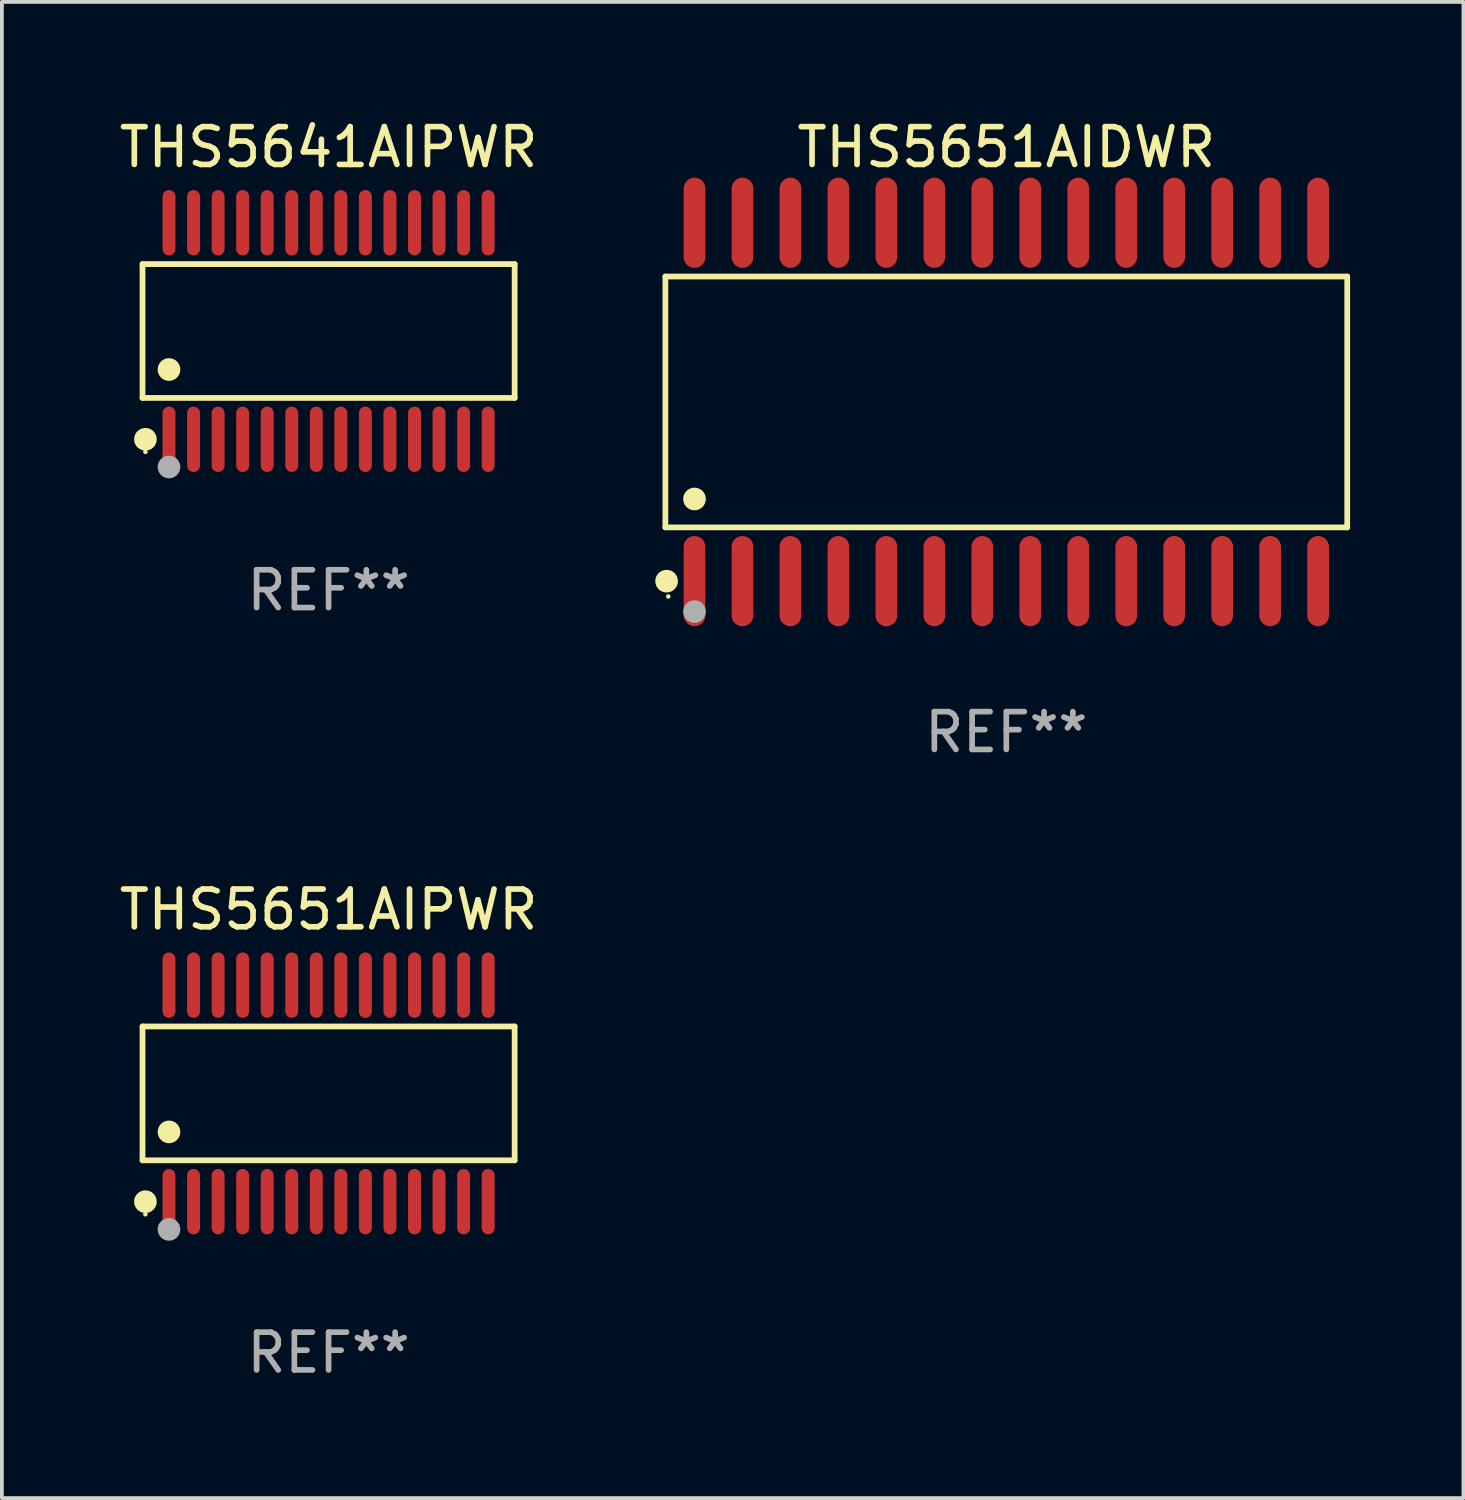
<source format=kicad_pcb>
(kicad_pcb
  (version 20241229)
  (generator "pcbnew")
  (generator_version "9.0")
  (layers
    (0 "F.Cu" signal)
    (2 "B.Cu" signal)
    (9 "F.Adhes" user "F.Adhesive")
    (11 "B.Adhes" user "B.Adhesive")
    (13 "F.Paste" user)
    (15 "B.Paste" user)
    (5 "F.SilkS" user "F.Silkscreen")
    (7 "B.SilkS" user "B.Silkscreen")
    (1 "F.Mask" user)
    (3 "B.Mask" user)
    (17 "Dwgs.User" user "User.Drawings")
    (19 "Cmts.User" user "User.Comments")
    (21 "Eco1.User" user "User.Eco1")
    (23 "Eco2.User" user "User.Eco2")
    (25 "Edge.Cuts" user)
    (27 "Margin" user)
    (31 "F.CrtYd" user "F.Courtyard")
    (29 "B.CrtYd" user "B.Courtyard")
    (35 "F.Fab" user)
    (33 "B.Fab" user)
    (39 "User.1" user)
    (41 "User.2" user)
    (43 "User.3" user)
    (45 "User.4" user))
  (footprint "THS5651AIPWR"
    (layer "F.Cu")
    (at 5.649 25.898)
    (property "Reference" "THS5651AIPWR" (at 0 -4.866 0) (layer "F.SilkS") (effects (font (size 1 1) (thickness 0.15))))
    (attr through_hole)
    (fp_line (start -4.926 -1.772) (end 4.926 -1.772) (stroke (width 0.152) (type solid)) (layer "F.SilkS"))
    (fp_line (start -4.926 1.771) (end -4.926 -1.772) (stroke (width 0.152) (type solid)) (layer "F.SilkS"))
    (fp_line (start 4.926 -1.772) (end 4.926 1.771) (stroke (width 0.152) (type solid)) (layer "F.SilkS"))
    (fp_line (start 4.926 1.771) (end -4.926 1.771) (stroke (width 0.152) (type solid)) (layer "F.SilkS"))
    (fp_circle (center -4.85 3.2) (end -4.82 3.2) (stroke (width 0.06) (type solid)) (fill no) (layer "F.SilkS"))
    (fp_circle (center -4.849 2.866) (end -4.699 2.866) (stroke (width 0.3) (type solid)) (fill no) (layer "F.SilkS"))
    (fp_circle (center -4.225 1.019) (end -4.075 1.019) (stroke (width 0.3) (type solid)) (fill no) (layer "F.SilkS"))
    (fp_circle (center -4.225 3.6) (end -4.075 3.6) (stroke (width 0.3) (type solid)) (fill no) (layer "F.Fab"))
    (fp_text user "REF**" (at 0 6.866 0) (layer "F.Fab") (effects (font (size 1 1) (thickness 0.15))))
    (pad "1" smd oval (at -4.225 2.866) (size 0.343 1.731) (layers "F.Cu" "F.Mask" "F.Paste"))
    (pad "2" smd oval (at -3.575 2.866) (size 0.343 1.731) (layers "F.Cu" "F.Mask" "F.Paste"))
    (pad "3" smd oval (at -2.925 2.866) (size 0.343 1.731) (layers "F.Cu" "F.Mask" "F.Paste"))
    (pad "4" smd oval (at -2.275 2.866) (size 0.343 1.731) (layers "F.Cu" "F.Mask" "F.Paste"))
    (pad "5" smd oval (at -1.625 2.866) (size 0.343 1.731) (layers "F.Cu" "F.Mask" "F.Paste"))
    (pad "6" smd oval (at -0.975 2.866) (size 0.343 1.731) (layers "F.Cu" "F.Mask" "F.Paste"))
    (pad "7" smd oval (at -0.325 2.866) (size 0.343 1.731) (layers "F.Cu" "F.Mask" "F.Paste"))
    (pad "8" smd oval (at 0.325 2.866) (size 0.343 1.731) (layers "F.Cu" "F.Mask" "F.Paste"))
    (pad "9" smd oval (at 0.975 2.866) (size 0.343 1.731) (layers "F.Cu" "F.Mask" "F.Paste"))
    (pad "10" smd oval (at 1.625 2.866) (size 0.343 1.731) (layers "F.Cu" "F.Mask" "F.Paste"))
    (pad "11" smd oval (at 2.275 2.866) (size 0.343 1.731) (layers "F.Cu" "F.Mask" "F.Paste"))
    (pad "12" smd oval (at 2.925 2.866) (size 0.343 1.731) (layers "F.Cu" "F.Mask" "F.Paste"))
    (pad "13" smd oval (at 3.575 2.866) (size 0.343 1.731) (layers "F.Cu" "F.Mask" "F.Paste"))
    (pad "14" smd oval (at 4.225 2.866) (size 0.343 1.731) (layers "F.Cu" "F.Mask" "F.Paste"))
    (pad "15" smd oval (at 4.225 -2.866) (size 0.343 1.731) (layers "F.Cu" "F.Mask" "F.Paste"))
    (pad "16" smd oval (at 3.575 -2.866) (size 0.343 1.731) (layers "F.Cu" "F.Mask" "F.Paste"))
    (pad "17" smd oval (at 2.925 -2.866) (size 0.343 1.731) (layers "F.Cu" "F.Mask" "F.Paste"))
    (pad "18" smd oval (at 2.275 -2.866) (size 0.343 1.731) (layers "F.Cu" "F.Mask" "F.Paste"))
    (pad "19" smd oval (at 1.625 -2.866) (size 0.343 1.731) (layers "F.Cu" "F.Mask" "F.Paste"))
    (pad "20" smd oval (at 0.975 -2.866) (size 0.343 1.731) (layers "F.Cu" "F.Mask" "F.Paste"))
    (pad "21" smd oval (at 0.325 -2.866) (size 0.343 1.731) (layers "F.Cu" "F.Mask" "F.Paste"))
    (pad "22" smd oval (at -0.325 -2.866) (size 0.343 1.731) (layers "F.Cu" "F.Mask" "F.Paste"))
    (pad "23" smd oval (at -0.975 -2.866) (size 0.343 1.731) (layers "F.Cu" "F.Mask" "F.Paste"))
    (pad "24" smd oval (at -1.625 -2.866) (size 0.343 1.731) (layers "F.Cu" "F.Mask" "F.Paste"))
    (pad "25" smd oval (at -2.275 -2.866) (size 0.343 1.731) (layers "F.Cu" "F.Mask" "F.Paste"))
    (pad "26" smd oval (at -2.925 -2.866) (size 0.343 1.731) (layers "F.Cu" "F.Mask" "F.Paste"))
    (pad "27" smd oval (at -3.575 -2.866) (size 0.343 1.731) (layers "F.Cu" "F.Mask" "F.Paste"))
    (pad "28" smd oval (at -4.225 -2.866) (size 0.343 1.731) (layers "F.Cu" "F.Mask" "F.Paste")))
  (footprint "THS5641AIPWR"
    (layer "F.Cu")
    (at 5.649 5.714)
    (property "Reference" "THS5641AIPWR" (at 0 -4.866 0) (layer "F.SilkS") (effects (font (size 1 1) (thickness 0.15))))
    (attr through_hole)
    (fp_line (start -4.926 -1.772) (end 4.926 -1.772) (stroke (width 0.152) (type solid)) (layer "F.SilkS"))
    (fp_line (start -4.926 1.771) (end -4.926 -1.772) (stroke (width 0.152) (type solid)) (layer "F.SilkS"))
    (fp_line (start 4.926 -1.772) (end 4.926 1.771) (stroke (width 0.152) (type solid)) (layer "F.SilkS"))
    (fp_line (start 4.926 1.771) (end -4.926 1.771) (stroke (width 0.152) (type solid)) (layer "F.SilkS"))
    (fp_circle (center -4.85 3.2) (end -4.82 3.2) (stroke (width 0.06) (type solid)) (fill no) (layer "F.SilkS"))
    (fp_circle (center -4.849 2.866) (end -4.699 2.866) (stroke (width 0.3) (type solid)) (fill no) (layer "F.SilkS"))
    (fp_circle (center -4.225 1.019) (end -4.075 1.019) (stroke (width 0.3) (type solid)) (fill no) (layer "F.SilkS"))
    (fp_circle (center -4.225 3.6) (end -4.075 3.6) (stroke (width 0.3) (type solid)) (fill no) (layer "F.Fab"))
    (fp_text user "REF**" (at 0 6.866 0) (layer "F.Fab") (effects (font (size 1 1) (thickness 0.15))))
    (pad "1" smd oval (at -4.225 2.866) (size 0.343 1.731) (layers "F.Cu" "F.Mask" "F.Paste"))
    (pad "2" smd oval (at -3.575 2.866) (size 0.343 1.731) (layers "F.Cu" "F.Mask" "F.Paste"))
    (pad "3" smd oval (at -2.925 2.866) (size 0.343 1.731) (layers "F.Cu" "F.Mask" "F.Paste"))
    (pad "4" smd oval (at -2.275 2.866) (size 0.343 1.731) (layers "F.Cu" "F.Mask" "F.Paste"))
    (pad "5" smd oval (at -1.625 2.866) (size 0.343 1.731) (layers "F.Cu" "F.Mask" "F.Paste"))
    (pad "6" smd oval (at -0.975 2.866) (size 0.343 1.731) (layers "F.Cu" "F.Mask" "F.Paste"))
    (pad "7" smd oval (at -0.325 2.866) (size 0.343 1.731) (layers "F.Cu" "F.Mask" "F.Paste"))
    (pad "8" smd oval (at 0.325 2.866) (size 0.343 1.731) (layers "F.Cu" "F.Mask" "F.Paste"))
    (pad "9" smd oval (at 0.975 2.866) (size 0.343 1.731) (layers "F.Cu" "F.Mask" "F.Paste"))
    (pad "10" smd oval (at 1.625 2.866) (size 0.343 1.731) (layers "F.Cu" "F.Mask" "F.Paste"))
    (pad "11" smd oval (at 2.275 2.866) (size 0.343 1.731) (layers "F.Cu" "F.Mask" "F.Paste"))
    (pad "12" smd oval (at 2.925 2.866) (size 0.343 1.731) (layers "F.Cu" "F.Mask" "F.Paste"))
    (pad "13" smd oval (at 3.575 2.866) (size 0.343 1.731) (layers "F.Cu" "F.Mask" "F.Paste"))
    (pad "14" smd oval (at 4.225 2.866) (size 0.343 1.731) (layers "F.Cu" "F.Mask" "F.Paste"))
    (pad "15" smd oval (at 4.225 -2.866) (size 0.343 1.731) (layers "F.Cu" "F.Mask" "F.Paste"))
    (pad "16" smd oval (at 3.575 -2.866) (size 0.343 1.731) (layers "F.Cu" "F.Mask" "F.Paste"))
    (pad "17" smd oval (at 2.925 -2.866) (size 0.343 1.731) (layers "F.Cu" "F.Mask" "F.Paste"))
    (pad "18" smd oval (at 2.275 -2.866) (size 0.343 1.731) (layers "F.Cu" "F.Mask" "F.Paste"))
    (pad "19" smd oval (at 1.625 -2.866) (size 0.343 1.731) (layers "F.Cu" "F.Mask" "F.Paste"))
    (pad "20" smd oval (at 0.975 -2.866) (size 0.343 1.731) (layers "F.Cu" "F.Mask" "F.Paste"))
    (pad "21" smd oval (at 0.325 -2.866) (size 0.343 1.731) (layers "F.Cu" "F.Mask" "F.Paste"))
    (pad "22" smd oval (at -0.325 -2.866) (size 0.343 1.731) (layers "F.Cu" "F.Mask" "F.Paste"))
    (pad "23" smd oval (at -0.975 -2.866) (size 0.343 1.731) (layers "F.Cu" "F.Mask" "F.Paste"))
    (pad "24" smd oval (at -1.625 -2.866) (size 0.343 1.731) (layers "F.Cu" "F.Mask" "F.Paste"))
    (pad "25" smd oval (at -2.275 -2.866) (size 0.343 1.731) (layers "F.Cu" "F.Mask" "F.Paste"))
    (pad "26" smd oval (at -2.925 -2.866) (size 0.343 1.731) (layers "F.Cu" "F.Mask" "F.Paste"))
    (pad "27" smd oval (at -3.575 -2.866) (size 0.343 1.731) (layers "F.Cu" "F.Mask" "F.Paste"))
    (pad "28" smd oval (at -4.225 -2.866) (size 0.343 1.731) (layers "F.Cu" "F.Mask" "F.Paste")))
  (footprint "THS5651AIDWR"
    (layer "F.Cu")
    (at 23.592 7.592)
    (property "Reference" "THS5651AIDWR" (at 0 -6.744 0) (layer "F.SilkS") (effects (font (size 1 1) (thickness 0.15))))
    (attr through_hole)
    (fp_line (start -9.026 -3.321) (end 9.026 -3.321) (stroke (width 0.152) (type solid)) (layer "F.SilkS"))
    (fp_line (start -9.026 3.321) (end -9.026 -3.321) (stroke (width 0.152) (type solid)) (layer "F.SilkS"))
    (fp_line (start 9.026 -3.321) (end 9.026 3.321) (stroke (width 0.152) (type solid)) (layer "F.SilkS"))
    (fp_line (start 9.026 3.321) (end -9.026 3.321) (stroke (width 0.152) (type solid)) (layer "F.SilkS"))
    (fp_circle (center -8.994 4.744) (end -8.844 4.744) (stroke (width 0.3) (type solid)) (fill no) (layer "F.SilkS"))
    (fp_circle (center -8.95 5.15) (end -8.92 5.15) (stroke (width 0.06) (type solid)) (fill no) (layer "F.SilkS"))
    (fp_circle (center -8.255 2.569) (end -8.105 2.569) (stroke (width 0.3) (type solid)) (fill no) (layer "F.SilkS"))
    (fp_circle (center -8.255 5.55) (end -8.105 5.55) (stroke (width 0.3) (type solid)) (fill no) (layer "F.Fab"))
    (fp_text user "REF**" (at 0 8.744 0) (layer "F.Fab") (effects (font (size 1 1) (thickness 0.15))))
    (pad "1" smd oval (at -8.255 4.744) (size 0.574 2.388) (layers "F.Cu" "F.Mask" "F.Paste"))
    (pad "2" smd oval (at -6.985 4.744) (size 0.574 2.388) (layers "F.Cu" "F.Mask" "F.Paste"))
    (pad "3" smd oval (at -5.715 4.744) (size 0.574 2.388) (layers "F.Cu" "F.Mask" "F.Paste"))
    (pad "4" smd oval (at -4.445 4.744) (size 0.574 2.388) (layers "F.Cu" "F.Mask" "F.Paste"))
    (pad "5" smd oval (at -3.175 4.744) (size 0.574 2.388) (layers "F.Cu" "F.Mask" "F.Paste"))
    (pad "6" smd oval (at -1.905 4.744) (size 0.574 2.388) (layers "F.Cu" "F.Mask" "F.Paste"))
    (pad "7" smd oval (at -0.635 4.744) (size 0.574 2.388) (layers "F.Cu" "F.Mask" "F.Paste"))
    (pad "8" smd oval (at 0.635 4.744) (size 0.574 2.388) (layers "F.Cu" "F.Mask" "F.Paste"))
    (pad "9" smd oval (at 1.905 4.744) (size 0.574 2.388) (layers "F.Cu" "F.Mask" "F.Paste"))
    (pad "10" smd oval (at 3.175 4.744) (size 0.574 2.388) (layers "F.Cu" "F.Mask" "F.Paste"))
    (pad "11" smd oval (at 4.445 4.744) (size 0.574 2.388) (layers "F.Cu" "F.Mask" "F.Paste"))
    (pad "12" smd oval (at 5.715 4.744) (size 0.574 2.388) (layers "F.Cu" "F.Mask" "F.Paste"))
    (pad "13" smd oval (at 6.985 4.744) (size 0.574 2.388) (layers "F.Cu" "F.Mask" "F.Paste"))
    (pad "14" smd oval (at 8.255 4.744) (size 0.574 2.388) (layers "F.Cu" "F.Mask" "F.Paste"))
    (pad "15" smd oval (at 8.255 -4.744) (size 0.574 2.388) (layers "F.Cu" "F.Mask" "F.Paste"))
    (pad "16" smd oval (at 6.985 -4.744) (size 0.574 2.388) (layers "F.Cu" "F.Mask" "F.Paste"))
    (pad "17" smd oval (at 5.715 -4.744) (size 0.574 2.388) (layers "F.Cu" "F.Mask" "F.Paste"))
    (pad "18" smd oval (at 4.445 -4.744) (size 0.574 2.388) (layers "F.Cu" "F.Mask" "F.Paste"))
    (pad "19" smd oval (at 3.175 -4.744) (size 0.574 2.388) (layers "F.Cu" "F.Mask" "F.Paste"))
    (pad "20" smd oval (at 1.905 -4.744) (size 0.574 2.388) (layers "F.Cu" "F.Mask" "F.Paste"))
    (pad "21" smd oval (at 0.635 -4.744) (size 0.574 2.388) (layers "F.Cu" "F.Mask" "F.Paste"))
    (pad "22" smd oval (at -0.635 -4.744) (size 0.574 2.388) (layers "F.Cu" "F.Mask" "F.Paste"))
    (pad "23" smd oval (at -1.905 -4.744) (size 0.574 2.388) (layers "F.Cu" "F.Mask" "F.Paste"))
    (pad "24" smd oval (at -3.175 -4.744) (size 0.574 2.388) (layers "F.Cu" "F.Mask" "F.Paste"))
    (pad "25" smd oval (at -4.445 -4.744) (size 0.574 2.388) (layers "F.Cu" "F.Mask" "F.Paste"))
    (pad "26" smd oval (at -5.715 -4.744) (size 0.574 2.388) (layers "F.Cu" "F.Mask" "F.Paste"))
    (pad "27" smd oval (at -6.985 -4.744) (size 0.574 2.388) (layers "F.Cu" "F.Mask" "F.Paste"))
    (pad "28" smd oval (at -8.255 -4.744) (size 0.574 2.388) (layers "F.Cu" "F.Mask" "F.Paste")))
  (gr_rect
    (start -3 -3)
    (end 35.695 36.612)
    (stroke (width 0.1) (type default))
    (fill no)
    (layer "Edge.Cuts")))
</source>
